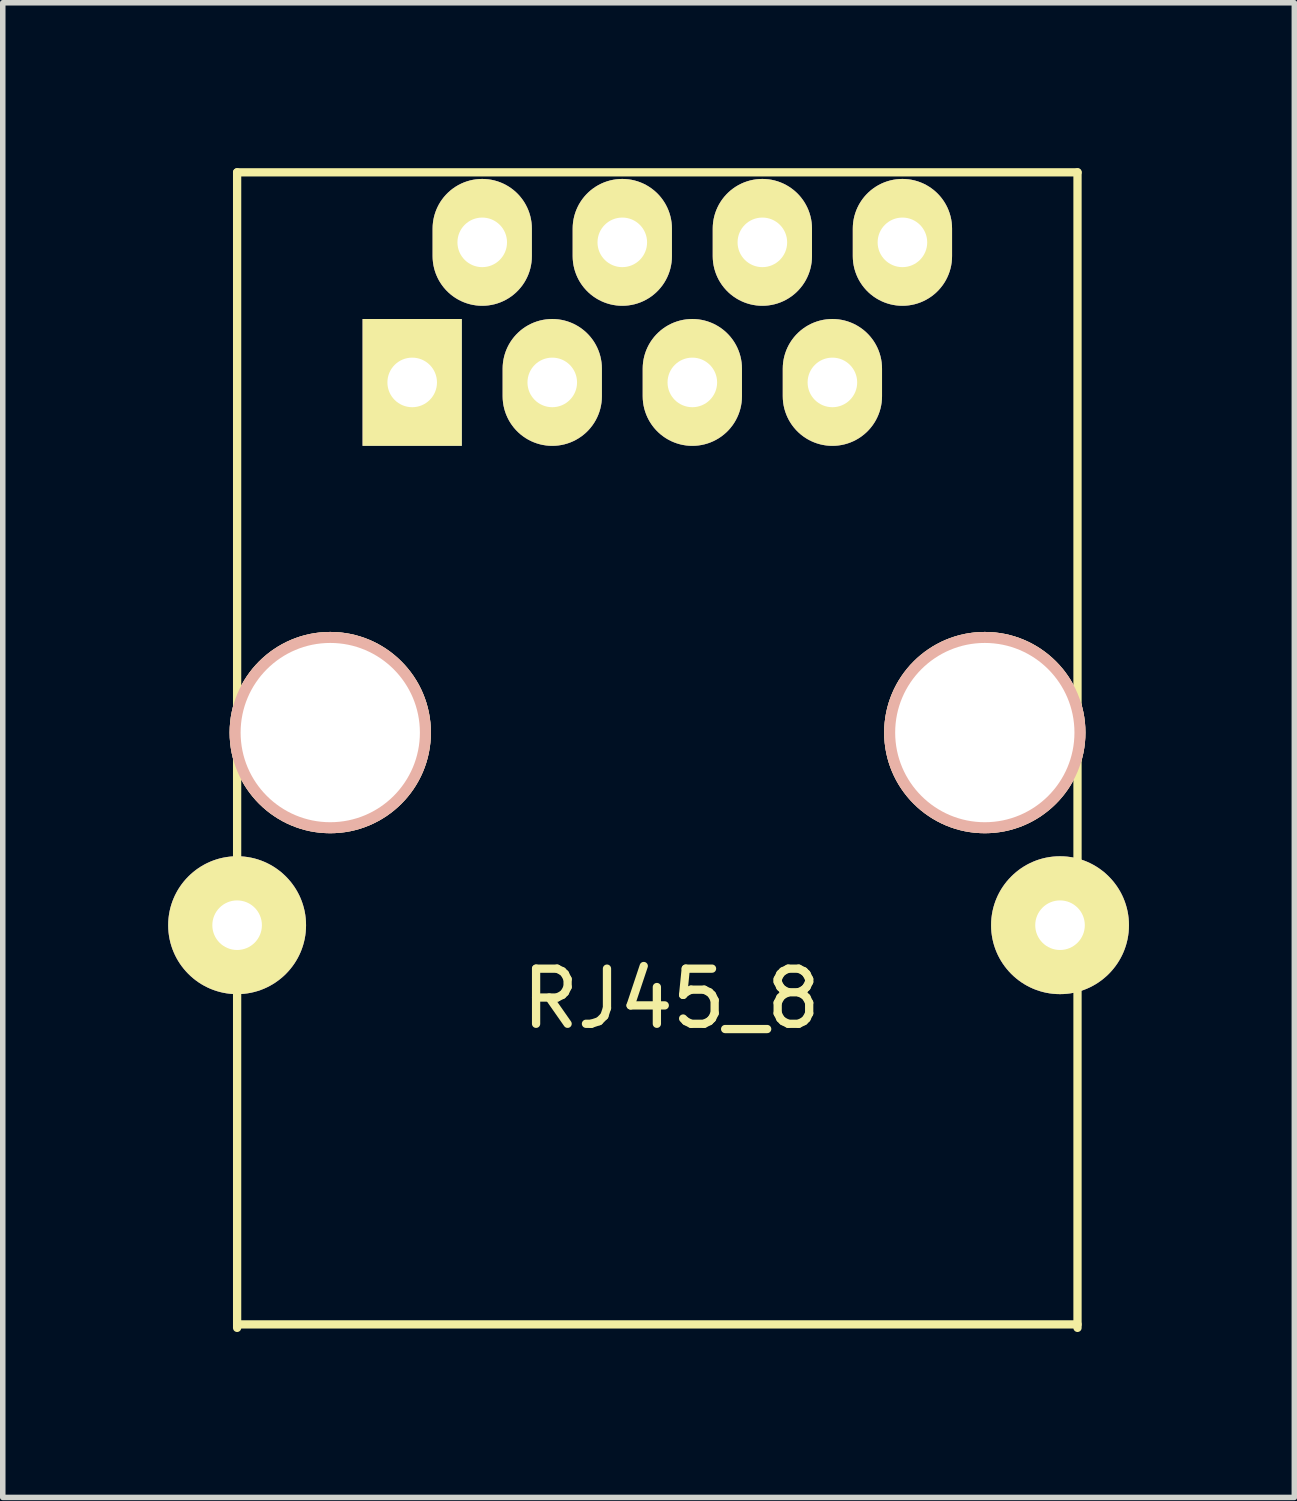
<source format=kicad_pcb>
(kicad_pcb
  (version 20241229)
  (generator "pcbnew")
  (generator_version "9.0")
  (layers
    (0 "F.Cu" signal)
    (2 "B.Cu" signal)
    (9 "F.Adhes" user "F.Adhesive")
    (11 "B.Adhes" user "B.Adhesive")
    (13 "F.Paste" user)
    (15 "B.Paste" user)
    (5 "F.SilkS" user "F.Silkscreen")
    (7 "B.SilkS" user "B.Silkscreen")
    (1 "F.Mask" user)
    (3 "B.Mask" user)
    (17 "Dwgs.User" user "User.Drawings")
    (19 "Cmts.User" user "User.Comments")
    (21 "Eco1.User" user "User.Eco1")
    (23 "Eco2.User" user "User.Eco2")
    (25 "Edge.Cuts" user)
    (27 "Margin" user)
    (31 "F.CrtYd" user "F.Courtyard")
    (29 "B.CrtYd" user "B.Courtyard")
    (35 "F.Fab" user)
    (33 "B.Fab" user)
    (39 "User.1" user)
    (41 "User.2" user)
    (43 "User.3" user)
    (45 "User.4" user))
  (footprint "RJ45_8"
    (layer "F.Cu")
    (at 8.87 10.235)
    (property "Reference" "RJ45_8" (at 0.254 4.826 0) (layer "F.SilkS") (effects (font (size 1 1) (thickness 0.15))))
    (attr through_hole)
    (fp_line (start -7.62 -10.16) (end -7.62 10.795) (stroke (width 0.15) (type solid)) (layer "F.SilkS"))
    (fp_line (start -7.62 10.732) (end 7.62 10.732) (stroke (width 0.15) (type solid)) (layer "F.SilkS"))
    (fp_line (start 7.62 -10.16) (end -7.62 -10.16) (stroke (width 0.15) (type solid)) (layer "F.SilkS"))
    (fp_line (start 7.62 -10.16) (end 7.62 10.795) (stroke (width 0.15) (type solid)) (layer "F.SilkS"))
    (pad "" np_thru_hole circle (at -5.931 0) (size 3.65 3.65) (drill 3.251) (layers "*.Cu" "*.SilkS" "*.Mask"))
    (pad "" np_thru_hole circle (at 5.939 0) (size 3.65 3.65) (drill 3.251) (layers "*.Cu" "*.SilkS" "*.Mask"))
    (pad "1" thru_hole rect (at -4.445 -6.35) (size 1.8 2.3) (drill 0.899) (layers "*.Cu" "*.Mask" "F.SilkS"))
    (pad "2" thru_hole oval (at -3.175 -8.89) (size 1.8 2.3) (drill 0.899) (layers "*.Cu" "*.Mask" "F.SilkS"))
    (pad "3" thru_hole oval (at -1.905 -6.35) (size 1.8 2.3) (drill 0.899) (layers "*.Cu" "*.Mask" "F.SilkS"))
    (pad "4" thru_hole oval (at -0.635 -8.89) (size 1.8 2.3) (drill 0.899) (layers "*.Cu" "*.Mask" "F.SilkS"))
    (pad "5" thru_hole oval (at 0.635 -6.35) (size 1.8 2.3) (drill 0.899) (layers "*.Cu" "*.Mask" "F.SilkS"))
    (pad "6" thru_hole oval (at 1.905 -8.89) (size 1.8 2.3) (drill 0.899) (layers "*.Cu" "*.Mask" "F.SilkS"))
    (pad "7" thru_hole oval (at 3.175 -6.35) (size 1.8 2.3) (drill 0.899) (layers "*.Cu" "*.Mask" "F.SilkS"))
    (pad "8" thru_hole oval (at 4.445 -8.89) (size 1.8 2.3) (drill 0.899) (layers "*.Cu" "*.Mask" "F.SilkS"))
    (pad "9" thru_hole circle (at -7.62 3.493) (size 2.5 2.5) (drill 0.899) (layers "*.Cu" "*.Mask" "F.SilkS"))
    (pad "9" thru_hole circle (at 7.303 3.493) (size 2.5 2.5) (drill 0.899) (layers "*.Cu" "*.Mask" "F.SilkS")))
  (gr_rect
    (start -3 -3)
    (end 20.422 24.105)
    (stroke (width 0.1) (type default))
    (fill no)
    (layer "Edge.Cuts")))
</source>
